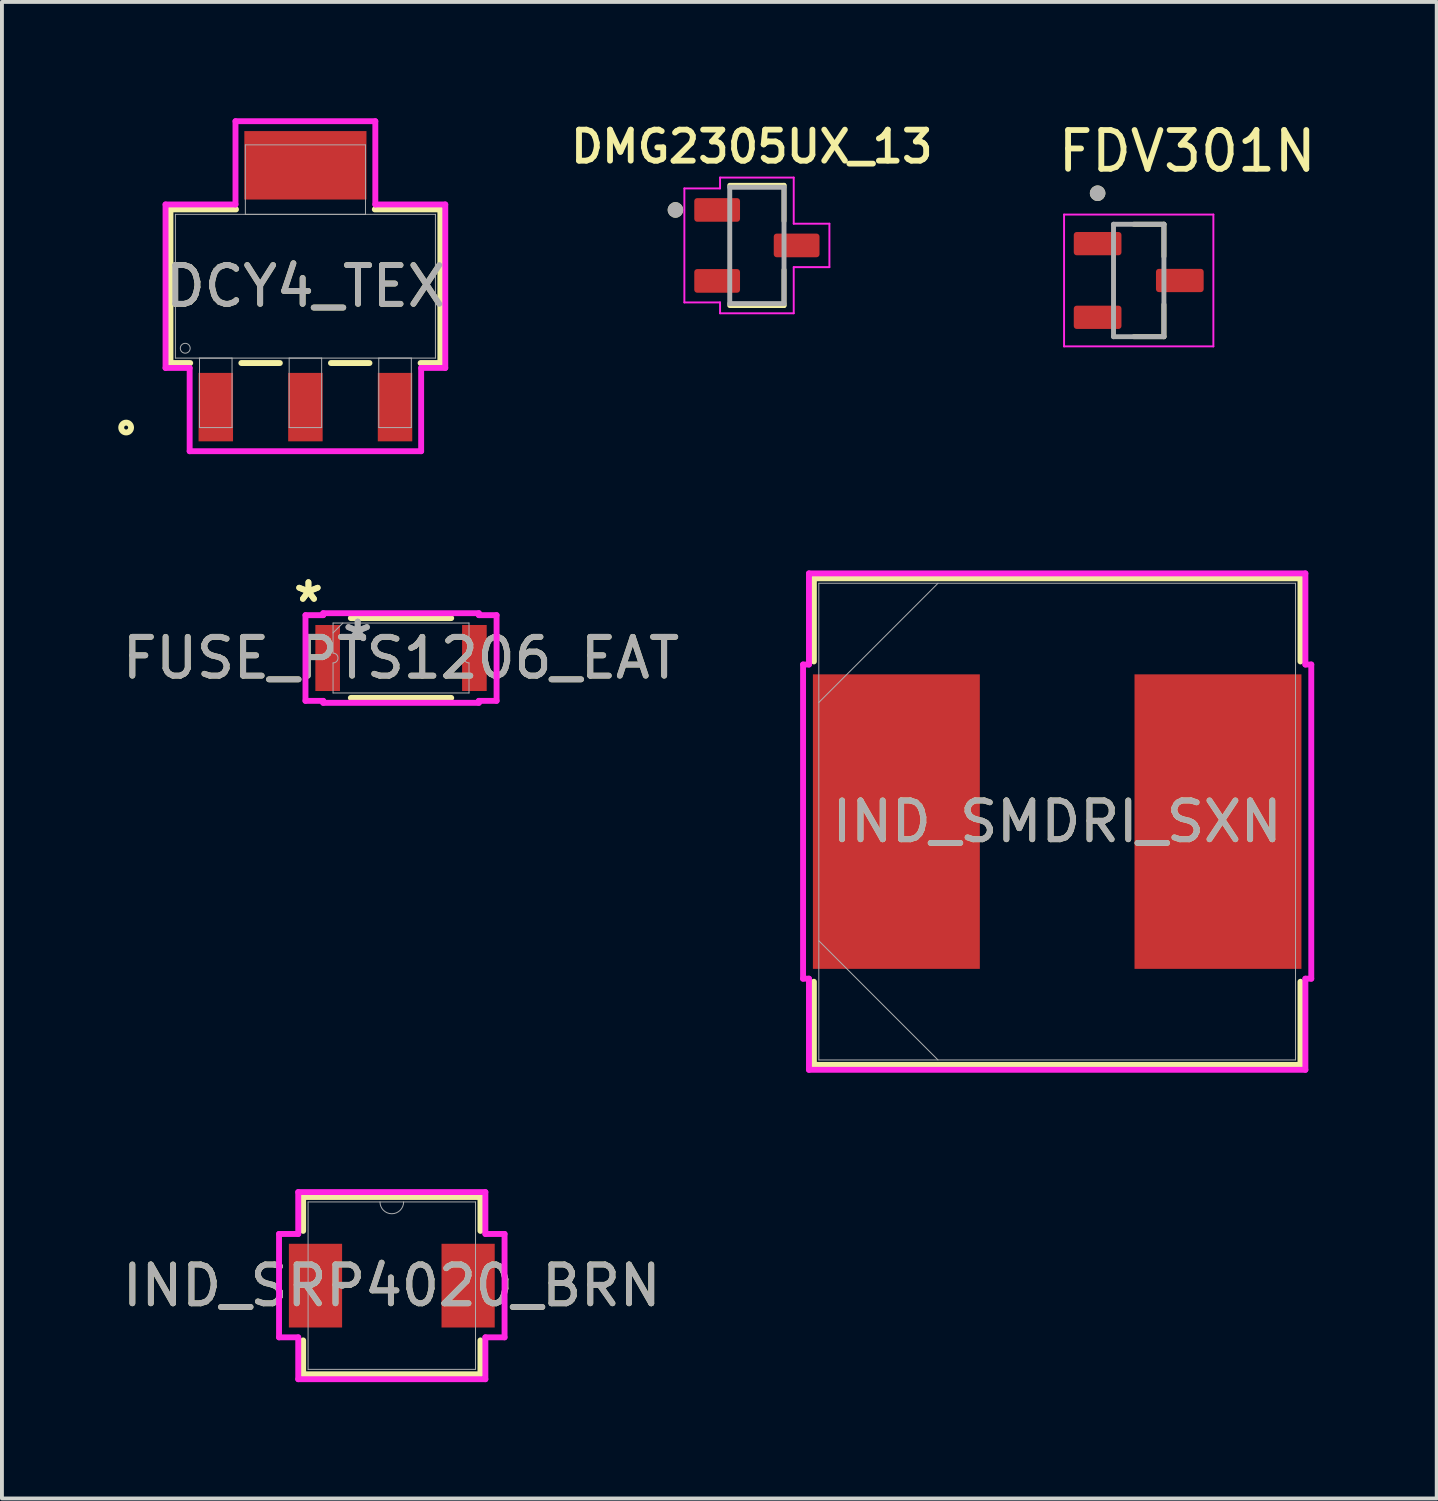
<source format=kicad_pcb>
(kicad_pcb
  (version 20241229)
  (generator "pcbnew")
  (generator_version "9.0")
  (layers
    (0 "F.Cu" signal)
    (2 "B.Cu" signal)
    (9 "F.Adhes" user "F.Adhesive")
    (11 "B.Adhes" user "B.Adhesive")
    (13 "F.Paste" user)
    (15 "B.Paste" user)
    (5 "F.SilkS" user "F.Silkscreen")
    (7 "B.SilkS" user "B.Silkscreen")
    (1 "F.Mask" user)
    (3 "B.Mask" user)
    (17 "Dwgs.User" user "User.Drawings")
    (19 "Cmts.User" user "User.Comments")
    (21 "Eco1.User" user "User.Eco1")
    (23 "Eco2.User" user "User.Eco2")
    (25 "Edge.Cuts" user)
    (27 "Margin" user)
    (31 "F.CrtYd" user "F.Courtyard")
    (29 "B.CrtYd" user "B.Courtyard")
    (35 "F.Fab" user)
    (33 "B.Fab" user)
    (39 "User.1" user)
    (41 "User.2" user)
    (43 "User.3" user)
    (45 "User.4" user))
  (footprint "IND_SRP4020_BRN"
    (layer "F.Cu")
    (at 7.054 30.105)
    (property "Reference" "IND_SRP4020_BRN" (at 0 0 0) (unlocked yes) (layer "F.SilkS") (effects (font (size 1 1) (thickness 0.15))))
    (attr smd)
    (fp_line (start -2.286 -2.286) (end -2.286 -1.412) (stroke (width 0.152) (type solid)) (layer "F.SilkS"))
    (fp_line (start -2.286 1.412) (end -2.286 2.286) (stroke (width 0.152) (type solid)) (layer "F.SilkS"))
    (fp_line (start -2.286 2.286) (end 2.286 2.286) (stroke (width 0.152) (type solid)) (layer "F.SilkS"))
    (fp_line (start 2.286 -2.286) (end -2.286 -2.286) (stroke (width 0.152) (type solid)) (layer "F.SilkS"))
    (fp_line (start 2.286 -1.412) (end 2.286 -2.286) (stroke (width 0.152) (type solid)) (layer "F.SilkS"))
    (fp_line (start 2.286 2.286) (end 2.286 1.412) (stroke (width 0.152) (type solid)) (layer "F.SilkS"))
    (fp_line (start -2.908 -1.333) (end -2.413 -1.333) (stroke (width 0.152) (type solid)) (layer "F.CrtYd"))
    (fp_line (start -2.908 1.333) (end -2.908 -1.333) (stroke (width 0.152) (type solid)) (layer "F.CrtYd"))
    (fp_line (start -2.908 1.333) (end -2.413 1.333) (stroke (width 0.152) (type solid)) (layer "F.CrtYd"))
    (fp_line (start -2.413 -2.413) (end 2.413 -2.413) (stroke (width 0.152) (type solid)) (layer "F.CrtYd"))
    (fp_line (start -2.413 -1.333) (end -2.413 -2.413) (stroke (width 0.152) (type solid)) (layer "F.CrtYd"))
    (fp_line (start -2.413 2.413) (end -2.413 1.333) (stroke (width 0.152) (type solid)) (layer "F.CrtYd"))
    (fp_line (start 2.413 -2.413) (end 2.413 -1.333) (stroke (width 0.152) (type solid)) (layer "F.CrtYd"))
    (fp_line (start 2.413 1.333) (end 2.413 2.413) (stroke (width 0.152) (type solid)) (layer "F.CrtYd"))
    (fp_line (start 2.413 2.413) (end -2.413 2.413) (stroke (width 0.152) (type solid)) (layer "F.CrtYd"))
    (fp_line (start 2.908 -1.333) (end 2.413 -1.333) (stroke (width 0.152) (type solid)) (layer "F.CrtYd"))
    (fp_line (start 2.908 -1.333) (end 2.908 1.333) (stroke (width 0.152) (type solid)) (layer "F.CrtYd"))
    (fp_line (start 2.908 1.333) (end 2.413 1.333) (stroke (width 0.152) (type solid)) (layer "F.CrtYd"))
    (fp_line (start -2.159 -2.159) (end -2.159 2.159) (stroke (width 0.025) (type solid)) (layer "F.Fab"))
    (fp_line (start -2.159 2.159) (end 2.159 2.159) (stroke (width 0.025) (type solid)) (layer "F.Fab"))
    (fp_line (start 2.159 -2.159) (end -2.159 -2.159) (stroke (width 0.025) (type solid)) (layer "F.Fab"))
    (fp_line (start 2.159 2.159) (end 2.159 -2.159) (stroke (width 0.025) (type solid)) (layer "F.Fab"))
    (fp_arc (start 0.3048 -2.159) (mid 0 -1.8542) (end -0.3048 -2.159) (stroke (width 0.0254) (type solid)) (layer "F.Fab"))
    (fp_circle (center -1.283 0) (end -1.206 0) (stroke (width 0.025) (type solid)) (fill no) (layer "F.Fab"))
    (fp_text user "${REFERENCE}" (at 0 0 0) (unlocked yes) (layer "F.Fab") (effects (font (size 1 1) (thickness 0.15))))
    (pad "1" smd rect (at -1.968 0) (size 1.372 2.159) (layers "F.Cu" "F.Mask" "F.Paste"))
    (pad "2" smd rect (at 1.968 0) (size 1.372 2.159) (layers "F.Cu" "F.Mask" "F.Paste")))
  (footprint "FUSE_PTS1206_EAT"
    (layer "F.Cu")
    (at 7.292 13.919)
    (property "Reference" "FUSE_PTS1206_EAT" (at 0 0 0) (unlocked yes) (layer "F.SilkS") (effects (font (size 1 1) (thickness 0.15))))
    (attr smd)
    (fp_line (start -1.294 -1.029) (end 1.294 -1.029) (stroke (width 0.152) (type solid)) (layer "F.SilkS"))
    (fp_line (start -1.294 1.029) (end 1.294 1.029) (stroke (width 0.152) (type solid)) (layer "F.SilkS"))
    (fp_line (start -2.464 -1.105) (end -2.007 -1.105) (stroke (width 0.152) (type solid)) (layer "F.CrtYd"))
    (fp_line (start -2.464 1.105) (end -2.464 -1.105) (stroke (width 0.152) (type solid)) (layer "F.CrtYd"))
    (fp_line (start -2.464 1.105) (end -2.007 1.105) (stroke (width 0.152) (type solid)) (layer "F.CrtYd"))
    (fp_line (start -2.007 -1.156) (end 2.007 -1.156) (stroke (width 0.152) (type solid)) (layer "F.CrtYd"))
    (fp_line (start -2.007 -1.105) (end -2.007 -1.156) (stroke (width 0.152) (type solid)) (layer "F.CrtYd"))
    (fp_line (start -2.007 1.156) (end -2.007 1.105) (stroke (width 0.152) (type solid)) (layer "F.CrtYd"))
    (fp_line (start 2.007 -1.156) (end 2.007 -1.105) (stroke (width 0.152) (type solid)) (layer "F.CrtYd"))
    (fp_line (start 2.007 1.105) (end 2.007 1.156) (stroke (width 0.152) (type solid)) (layer "F.CrtYd"))
    (fp_line (start 2.007 1.156) (end -2.007 1.156) (stroke (width 0.152) (type solid)) (layer "F.CrtYd"))
    (fp_line (start 2.464 -1.105) (end 2.007 -1.105) (stroke (width 0.152) (type solid)) (layer "F.CrtYd"))
    (fp_line (start 2.464 -1.105) (end 2.464 1.105) (stroke (width 0.152) (type solid)) (layer "F.CrtYd"))
    (fp_line (start 2.464 1.105) (end 2.007 1.105) (stroke (width 0.152) (type solid)) (layer "F.CrtYd"))
    (fp_line (start -1.753 -0.902) (end 1.753 -0.902) (stroke (width 0.025) (type solid)) (layer "F.Fab"))
    (fp_line (start -1.753 -0.127) (end -1.753 -0.902) (stroke (width 0.025) (type solid)) (layer "F.Fab"))
    (fp_line (start -1.753 0.127) (end -1.753 0.902) (stroke (width 0.025) (type solid)) (layer "F.Fab"))
    (fp_line (start -1.753 0.902) (end 1.753 0.902) (stroke (width 0.025) (type solid)) (layer "F.Fab"))
    (fp_line (start -1.499 -0.902) (end -1.753 -0.648) (stroke (width 0.025) (type solid)) (layer "F.Fab"))
    (fp_line (start 1.753 -0.127) (end 1.753 -0.902) (stroke (width 0.025) (type solid)) (layer "F.Fab"))
    (fp_line (start 1.753 0.127) (end 1.753 0.902) (stroke (width 0.025) (type solid)) (layer "F.Fab"))
    (fp_arc (start -1.7526 -0.127) (mid -1.6256 0) (end -1.7526 0.127) (stroke (width 0.0254) (type solid)) (layer "F.Fab"))
    (fp_arc (start 1.7526 0.127) (mid 1.6256 0) (end 1.7526 -0.127) (stroke (width 0.0254) (type solid)) (layer "F.Fab"))
    (fp_text user "*" (at -2.388 -1.41 0) (layer "F.SilkS") (effects (font (size 1 1) (thickness 0.15))))
    (fp_text user "*" (at -2.388 -1.41 0) (unlocked yes) (layer "F.SilkS") (effects (font (size 1 1) (thickness 0.15))))
    (fp_text user "*" (at -1.118 -0.394 0) (unlocked yes) (layer "F.Fab") (effects (font (size 1 1) (thickness 0.15))))
    (fp_text user "${REFERENCE}" (at 0 0 0) (unlocked yes) (layer "F.Fab") (effects (font (size 1 1) (thickness 0.15))))
    (fp_text user "*" (at -1.118 -0.394 0) (layer "F.Fab") (effects (font (size 1 1) (thickness 0.15))))
    (pad "1" smd rect (at -1.892 0) (size 0.635 1.702) (layers "F.Cu" "F.Mask" "F.Paste"))
    (pad "2" smd rect (at 1.892 0) (size 0.635 1.702) (layers "F.Cu" "F.Mask" "F.Paste")))
  (footprint "FDV301N"
    (layer "F.Cu")
    (at 26.316 4.183)
    (property "Reference" "FDV301N" (at 1.25 -3.335 0) (layer "F.SilkS") (effects (font (size 1 1) (thickness 0.15))))
    (attr smd)
    (fp_line (start -0.125 -1.45) (end 0.65 -1.45) (stroke (width 0.127) (type solid)) (layer "F.SilkS"))
    (fp_line (start 0.65 -1.45) (end 0.65 -0.62) (stroke (width 0.127) (type solid)) (layer "F.SilkS"))
    (fp_line (start 0.65 1.45) (end -0.125 1.45) (stroke (width 0.127) (type solid)) (layer "F.SilkS"))
    (fp_line (start 0.65 1.45) (end 0.65 0.62) (stroke (width 0.127) (type solid)) (layer "F.SilkS"))
    (fp_circle (center -1.06 -2.25) (end -0.96 -2.25) (stroke (width 0.2) (type solid)) (fill no) (layer "F.SilkS"))
    (fp_line (start -1.925 -1.7) (end -1.925 1.7) (stroke (width 0.05) (type solid)) (layer "F.CrtYd"))
    (fp_line (start -1.925 1.7) (end 1.925 1.7) (stroke (width 0.05) (type solid)) (layer "F.CrtYd"))
    (fp_line (start 1.925 -1.7) (end -1.925 -1.7) (stroke (width 0.05) (type solid)) (layer "F.CrtYd"))
    (fp_line (start 1.925 1.7) (end 1.925 -1.7) (stroke (width 0.05) (type solid)) (layer "F.CrtYd"))
    (fp_line (start -0.65 -1.45) (end 0.65 -1.45) (stroke (width 0.127) (type solid)) (layer "F.Fab"))
    (fp_line (start -0.65 1.45) (end -0.65 -1.45) (stroke (width 0.127) (type solid)) (layer "F.Fab"))
    (fp_line (start 0.65 -1.45) (end 0.65 1.45) (stroke (width 0.127) (type solid)) (layer "F.Fab"))
    (fp_line (start 0.65 1.45) (end -0.65 1.45) (stroke (width 0.127) (type solid)) (layer "F.Fab"))
    (fp_circle (center -1.06 -2.25) (end -0.96 -2.25) (stroke (width 0.2) (type solid)) (fill no) (layer "F.Fab"))
    (pad "1" smd roundrect (at -1.06 -0.95) (size 1.23 0.6) (layers "F.Cu" "F.Mask" "F.Paste") (roundrect_rratio 0.125))
    (pad "2" smd roundrect (at -1.06 0.95) (size 1.23 0.6) (layers "F.Cu" "F.Mask" "F.Paste") (roundrect_rratio 0.125))
    (pad "3" smd roundrect (at 1.06 0) (size 1.23 0.6) (layers "F.Cu" "F.Mask" "F.Paste") (roundrect_rratio 0.125)))
  (footprint "IND_SMDRI_SXN"
    (layer "F.Cu")
    (at 24.213 18.138)
    (property "Reference" "IND_SMDRI_SXN" (at 0 0 0) (unlocked yes) (layer "F.SilkS") (effects (font (size 1 1) (thickness 0.15))))
    (attr smd)
    (fp_line (start -6.274 -6.274) (end -6.274 -4.13) (stroke (width 0.152) (type solid)) (layer "F.SilkS"))
    (fp_line (start -6.274 4.13) (end -6.274 6.274) (stroke (width 0.152) (type solid)) (layer "F.SilkS"))
    (fp_line (start -6.274 6.274) (end 6.274 6.274) (stroke (width 0.152) (type solid)) (layer "F.SilkS"))
    (fp_line (start 6.274 -6.274) (end -6.274 -6.274) (stroke (width 0.152) (type solid)) (layer "F.SilkS"))
    (fp_line (start 6.274 -4.13) (end 6.274 -6.274) (stroke (width 0.152) (type solid)) (layer "F.SilkS"))
    (fp_line (start 6.274 6.274) (end 6.274 4.13) (stroke (width 0.152) (type solid)) (layer "F.SilkS"))
    (fp_line (start -6.553 -4.051) (end -6.401 -4.051) (stroke (width 0.152) (type solid)) (layer "F.CrtYd"))
    (fp_line (start -6.553 4.051) (end -6.553 -4.051) (stroke (width 0.152) (type solid)) (layer "F.CrtYd"))
    (fp_line (start -6.401 -6.401) (end 6.401 -6.401) (stroke (width 0.152) (type solid)) (layer "F.CrtYd"))
    (fp_line (start -6.401 -4.051) (end -6.401 -6.401) (stroke (width 0.152) (type solid)) (layer "F.CrtYd"))
    (fp_line (start -6.401 4.051) (end -6.553 4.051) (stroke (width 0.152) (type solid)) (layer "F.CrtYd"))
    (fp_line (start -6.401 4.051) (end -6.401 6.401) (stroke (width 0.152) (type solid)) (layer "F.CrtYd"))
    (fp_line (start -6.401 6.401) (end 6.401 6.401) (stroke (width 0.152) (type solid)) (layer "F.CrtYd"))
    (fp_line (start 6.401 -6.401) (end 6.401 -4.051) (stroke (width 0.152) (type solid)) (layer "F.CrtYd"))
    (fp_line (start 6.401 -4.051) (end 6.553 -4.051) (stroke (width 0.152) (type solid)) (layer "F.CrtYd"))
    (fp_line (start 6.401 4.051) (end 6.553 4.051) (stroke (width 0.152) (type solid)) (layer "F.CrtYd"))
    (fp_line (start 6.401 6.401) (end 6.401 4.051) (stroke (width 0.152) (type solid)) (layer "F.CrtYd"))
    (fp_line (start 6.553 -4.051) (end 6.553 4.051) (stroke (width 0.152) (type solid)) (layer "F.CrtYd"))
    (fp_line (start -6.147 -6.147) (end -6.147 6.147) (stroke (width 0.025) (type solid)) (layer "F.Fab"))
    (fp_line (start -6.147 -3.073) (end -3.073 -6.147) (stroke (width 0.025) (type solid)) (layer "F.Fab"))
    (fp_line (start -6.147 3.073) (end -3.073 6.147) (stroke (width 0.025) (type solid)) (layer "F.Fab"))
    (fp_line (start -6.147 6.147) (end 6.147 6.147) (stroke (width 0.025) (type solid)) (layer "F.Fab"))
    (fp_line (start 6.147 -6.147) (end -6.147 -6.147) (stroke (width 0.025) (type solid)) (layer "F.Fab"))
    (fp_line (start 6.147 6.147) (end 6.147 -6.147) (stroke (width 0.025) (type solid)) (layer "F.Fab"))
    (fp_text user "${REFERENCE}" (at 0 0 0) (unlocked yes) (layer "F.Fab") (effects (font (size 1 1) (thickness 0.15))))
    (pad "1" smd rect (at -4.147 0 90) (size 7.595 4.305) (layers "F.Cu" "F.Mask" "F.Paste"))
    (pad "2" smd rect (at 4.147 0 90) (size 7.595 4.305) (layers "F.Cu" "F.Mask" "F.Paste")))
  (footprint "DMG2305UX_13"
    (layer "F.Cu")
    (at 16.469 3.279)
    (property "Reference" "DMG2305UX_13" (at -0.13 -2.548 0) (layer "F.SilkS") (effects (font (size 0.8 0.8) (thickness 0.15))))
    (attr smd)
    (fp_line (start -0.7 -1.55) (end 0.7 -1.55) (stroke (width 0.127) (type solid)) (layer "F.SilkS"))
    (fp_line (start 0.7 -1.55) (end 0.7 -0.63) (stroke (width 0.127) (type solid)) (layer "F.SilkS"))
    (fp_line (start 0.7 0.63) (end 0.7 1.55) (stroke (width 0.127) (type solid)) (layer "F.SilkS"))
    (fp_line (start 0.7 1.55) (end -0.7 1.55) (stroke (width 0.127) (type solid)) (layer "F.SilkS"))
    (fp_circle (center -2.1 -0.915) (end -2 -0.915) (stroke (width 0.2) (type solid)) (fill no) (layer "F.SilkS"))
    (fp_line (start -1.87 -1.47) (end -0.95 -1.47) (stroke (width 0.05) (type solid)) (layer "F.CrtYd"))
    (fp_line (start -1.87 1.47) (end -1.87 -1.47) (stroke (width 0.05) (type solid)) (layer "F.CrtYd"))
    (fp_line (start -0.95 -1.75) (end 0.95 -1.75) (stroke (width 0.05) (type solid)) (layer "F.CrtYd"))
    (fp_line (start -0.95 -1.47) (end -0.95 -1.75) (stroke (width 0.05) (type solid)) (layer "F.CrtYd"))
    (fp_line (start -0.95 1.47) (end -1.87 1.47) (stroke (width 0.05) (type solid)) (layer "F.CrtYd"))
    (fp_line (start -0.95 1.75) (end -0.95 1.47) (stroke (width 0.05) (type solid)) (layer "F.CrtYd"))
    (fp_line (start 0.95 -1.75) (end 0.95 -0.56) (stroke (width 0.05) (type solid)) (layer "F.CrtYd"))
    (fp_line (start 0.95 -0.56) (end 1.87 -0.56) (stroke (width 0.05) (type solid)) (layer "F.CrtYd"))
    (fp_line (start 0.95 0.56) (end 0.95 1.75) (stroke (width 0.05) (type solid)) (layer "F.CrtYd"))
    (fp_line (start 0.95 1.75) (end -0.95 1.75) (stroke (width 0.05) (type solid)) (layer "F.CrtYd"))
    (fp_line (start 1.87 -0.56) (end 1.87 0.56) (stroke (width 0.05) (type solid)) (layer "F.CrtYd"))
    (fp_line (start 1.87 0.56) (end 0.95 0.56) (stroke (width 0.05) (type solid)) (layer "F.CrtYd"))
    (fp_line (start -0.7 -1.5) (end 0.7 -1.5) (stroke (width 0.127) (type solid)) (layer "F.Fab"))
    (fp_line (start -0.7 1.5) (end -0.7 -1.5) (stroke (width 0.127) (type solid)) (layer "F.Fab"))
    (fp_line (start 0.7 -1.5) (end 0.7 1.5) (stroke (width 0.127) (type solid)) (layer "F.Fab"))
    (fp_line (start 0.7 1.5) (end -0.7 1.5) (stroke (width 0.127) (type solid)) (layer "F.Fab"))
    (fp_circle (center -2.1 -0.915) (end -2 -0.915) (stroke (width 0.2) (type solid)) (fill no) (layer "F.Fab"))
    (pad "1" smd roundrect (at -1.025 -0.915) (size 1.18 0.61) (layers "F.Cu" "F.Mask" "F.Paste") (roundrect_rratio 0.125))
    (pad "2" smd roundrect (at -1.025 0.915) (size 1.18 0.61) (layers "F.Cu" "F.Mask" "F.Paste") (roundrect_rratio 0.125))
    (pad "3" smd roundrect (at 1.025 0) (size 1.18 0.61) (layers "F.Cu" "F.Mask" "F.Paste") (roundrect_rratio 0.125)))
  (footprint "DCY4_TEX"
    (layer "F.Cu")
    (at 4.826 4.331)
    (property "Reference" "DCY4_TEX" (at 0 0 0) (unlocked yes) (layer "F.SilkS") (effects (font (size 1 1) (thickness 0.15))))
    (attr smd)
    (fp_line (start -3.48 -1.981) (end -3.48 1.981) (stroke (width 0.152) (type solid)) (layer "F.SilkS"))
    (fp_line (start -3.48 1.981) (end -2.971 1.981) (stroke (width 0.152) (type solid)) (layer "F.SilkS"))
    (fp_line (start -1.79 -1.981) (end -3.48 -1.981) (stroke (width 0.152) (type solid)) (layer "F.SilkS"))
    (fp_line (start -1.652 1.981) (end -0.659 1.981) (stroke (width 0.152) (type solid)) (layer "F.SilkS"))
    (fp_line (start 0.659 1.981) (end 1.652 1.981) (stroke (width 0.152) (type solid)) (layer "F.SilkS"))
    (fp_line (start 2.971 1.981) (end 3.48 1.981) (stroke (width 0.152) (type solid)) (layer "F.SilkS"))
    (fp_line (start 3.48 -1.981) (end 1.79 -1.981) (stroke (width 0.152) (type solid)) (layer "F.SilkS"))
    (fp_line (start 3.48 1.981) (end 3.48 -1.981) (stroke (width 0.152) (type solid)) (layer "F.SilkS"))
    (fp_circle (center -4.623 3.645) (end -4.496 3.645) (stroke (width 0.152) (type solid)) (fill no) (layer "F.SilkS"))
    (fp_line (start -3.607 -2.108) (end -1.803 -2.108) (stroke (width 0.152) (type solid)) (layer "F.CrtYd"))
    (fp_line (start -3.607 2.108) (end -3.607 -2.108) (stroke (width 0.152) (type solid)) (layer "F.CrtYd"))
    (fp_line (start -2.985 2.108) (end -3.607 2.108) (stroke (width 0.152) (type solid)) (layer "F.CrtYd"))
    (fp_line (start -2.985 4.255) (end -2.985 2.108) (stroke (width 0.152) (type solid)) (layer "F.CrtYd"))
    (fp_line (start -1.803 -4.255) (end 1.803 -4.255) (stroke (width 0.152) (type solid)) (layer "F.CrtYd"))
    (fp_line (start -1.803 -2.108) (end -1.803 -4.255) (stroke (width 0.152) (type solid)) (layer "F.CrtYd"))
    (fp_line (start 1.803 -4.255) (end 1.803 -2.108) (stroke (width 0.152) (type solid)) (layer "F.CrtYd"))
    (fp_line (start 1.803 -2.108) (end 3.607 -2.108) (stroke (width 0.152) (type solid)) (layer "F.CrtYd"))
    (fp_line (start 2.985 2.108) (end 2.985 4.255) (stroke (width 0.152) (type solid)) (layer "F.CrtYd"))
    (fp_line (start 2.985 4.255) (end -2.985 4.255) (stroke (width 0.152) (type solid)) (layer "F.CrtYd"))
    (fp_line (start 3.607 -2.108) (end 3.607 2.108) (stroke (width 0.152) (type solid)) (layer "F.CrtYd"))
    (fp_line (start 3.607 2.108) (end 2.985 2.108) (stroke (width 0.152) (type solid)) (layer "F.CrtYd"))
    (fp_line (start -3.353 -1.854) (end -3.353 1.854) (stroke (width 0.025) (type solid)) (layer "F.Fab"))
    (fp_line (start -3.353 1.854) (end 3.353 1.854) (stroke (width 0.025) (type solid)) (layer "F.Fab"))
    (fp_line (start -2.731 1.854) (end -2.731 3.645) (stroke (width 0.025) (type solid)) (layer "F.Fab"))
    (fp_line (start -2.731 3.645) (end -1.892 3.645) (stroke (width 0.025) (type solid)) (layer "F.Fab"))
    (fp_line (start -1.892 1.854) (end -2.731 1.854) (stroke (width 0.025) (type solid)) (layer "F.Fab"))
    (fp_line (start -1.892 3.645) (end -1.892 1.854) (stroke (width 0.025) (type solid)) (layer "F.Fab"))
    (fp_line (start -1.549 -3.645) (end -1.549 -1.854) (stroke (width 0.025) (type solid)) (layer "F.Fab"))
    (fp_line (start -1.549 -1.854) (end 1.549 -1.854) (stroke (width 0.025) (type solid)) (layer "F.Fab"))
    (fp_line (start -0.419 1.854) (end -0.419 3.645) (stroke (width 0.025) (type solid)) (layer "F.Fab"))
    (fp_line (start -0.419 3.645) (end 0.419 3.645) (stroke (width 0.025) (type solid)) (layer "F.Fab"))
    (fp_line (start 0.419 1.854) (end -0.419 1.854) (stroke (width 0.025) (type solid)) (layer "F.Fab"))
    (fp_line (start 0.419 3.645) (end 0.419 1.854) (stroke (width 0.025) (type solid)) (layer "F.Fab"))
    (fp_line (start 1.549 -3.645) (end -1.549 -3.645) (stroke (width 0.025) (type solid)) (layer "F.Fab"))
    (fp_line (start 1.549 -1.854) (end 1.549 -3.645) (stroke (width 0.025) (type solid)) (layer "F.Fab"))
    (fp_line (start 1.892 1.854) (end 1.892 3.645) (stroke (width 0.025) (type solid)) (layer "F.Fab"))
    (fp_line (start 1.892 3.645) (end 2.731 3.645) (stroke (width 0.025) (type solid)) (layer "F.Fab"))
    (fp_line (start 2.731 1.854) (end 1.892 1.854) (stroke (width 0.025) (type solid)) (layer "F.Fab"))
    (fp_line (start 2.731 3.645) (end 2.731 1.854) (stroke (width 0.025) (type solid)) (layer "F.Fab"))
    (fp_line (start 3.353 -1.854) (end -3.353 -1.854) (stroke (width 0.025) (type solid)) (layer "F.Fab"))
    (fp_line (start 3.353 1.854) (end 3.353 -1.854) (stroke (width 0.025) (type solid)) (layer "F.Fab"))
    (fp_circle (center -3.099 1.6) (end -2.972 1.6) (stroke (width 0.025) (type solid)) (fill no) (layer "F.Fab"))
    (fp_text user "${REFERENCE}" (at 0 0 0) (unlocked yes) (layer "F.Fab") (effects (font (size 1 1) (thickness 0.15))))
    (pad "1" smd rect (at -2.311 3.118) (size 0.889 1.765) (layers "F.Cu" "F.Mask" "F.Paste"))
    (pad "2" smd rect (at 0 3.118) (size 0.889 1.765) (layers "F.Cu" "F.Mask" "F.Paste"))
    (pad "3" smd rect (at 2.311 3.118) (size 0.889 1.765) (layers "F.Cu" "F.Mask" "F.Paste"))
    (pad "4" smd rect (at 0 -3.118) (size 3.15 1.765) (layers "F.Cu" "F.Mask" "F.Paste")))
  (gr_rect
    (start -3 -3)
    (end 34.001 35.594)
    (stroke (width 0.1) (type default))
    (fill no)
    (layer "Edge.Cuts")))
</source>
